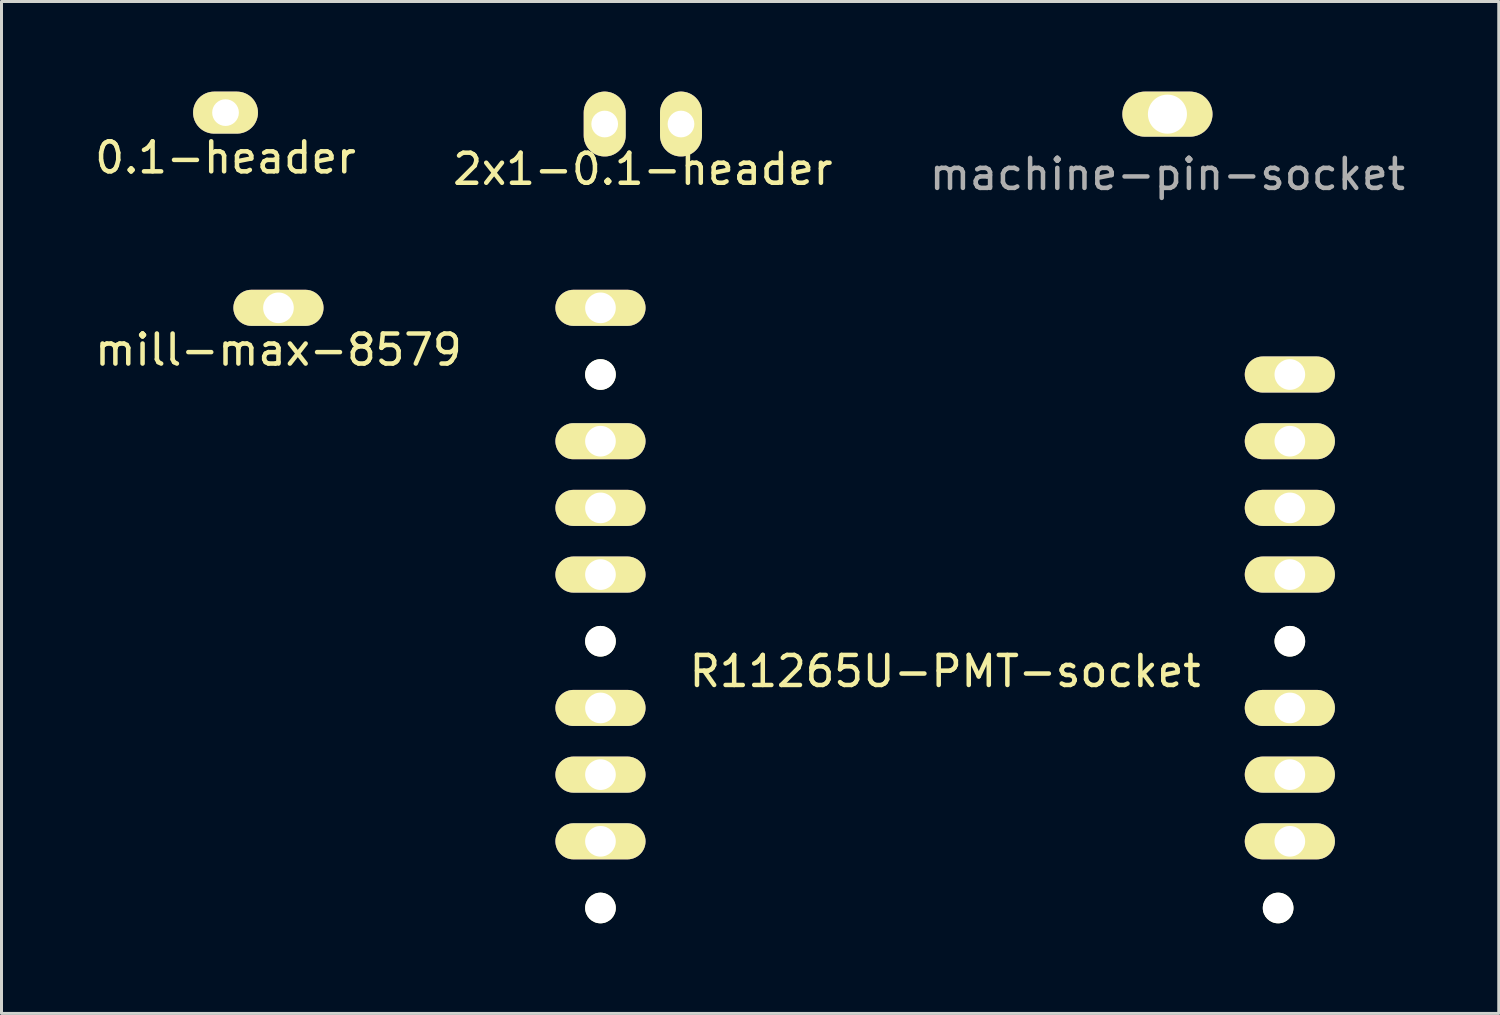
<source format=kicad_pcb>
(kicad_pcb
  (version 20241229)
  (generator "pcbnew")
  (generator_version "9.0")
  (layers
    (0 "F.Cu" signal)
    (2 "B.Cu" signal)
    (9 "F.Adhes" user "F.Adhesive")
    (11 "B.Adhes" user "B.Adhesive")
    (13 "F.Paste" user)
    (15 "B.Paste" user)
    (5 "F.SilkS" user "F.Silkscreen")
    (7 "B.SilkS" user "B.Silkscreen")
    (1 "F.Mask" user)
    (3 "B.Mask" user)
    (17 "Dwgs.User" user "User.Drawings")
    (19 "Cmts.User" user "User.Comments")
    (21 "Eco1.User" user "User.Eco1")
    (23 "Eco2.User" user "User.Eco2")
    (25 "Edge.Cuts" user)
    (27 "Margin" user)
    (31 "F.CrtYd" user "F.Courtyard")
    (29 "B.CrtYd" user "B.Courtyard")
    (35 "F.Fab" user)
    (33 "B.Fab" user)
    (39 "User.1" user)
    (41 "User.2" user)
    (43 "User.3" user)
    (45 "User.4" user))
  (footprint "2x1-0.1-header"
    (layer "F.Cu")
    (at 18.351 1.079)
    (property "Reference" "2x1-0.1-header" (at 0 1.5 0) (layer "F.SilkS") (effects (font (size 1 1) (thickness 0.15))))
    (attr through_hole)
    (pad "1" thru_hole oval (at -1.27 0) (size 1.397 2.159) (drill 0.889) (layers "*.Cu" "*.Mask" "F.SilkS"))
    (pad "2" thru_hole oval (at 1.27 0) (size 1.397 2.159) (drill 0.889) (layers "*.Cu" "*.Mask" "F.SilkS")))
  (footprint "machine-pin-socket"
    (layer "F.Cu")
    (at 35.815 0.75)
    (property "Reference" "machine-pin-socket" (at 0 2 0) (layer "F.Fab") (effects (font (size 1 1) (thickness 0.15))))
    (attr through_hole)
    (pad "1" thru_hole oval (at 0 0) (size 3 1.5) (drill 1.3) (layers "*.Cu" "*.Mask" "F.SilkS")))
  (footprint "R11265U-PMT-socket"
    (layer "F.Cu")
    (at 28.415 18.298)
    (property "Reference" "R11265U-PMT-socket" (at 0 1 0) (layer "F.SilkS") (effects (font (size 1 1) (thickness 0.15))))
    (attr through_hole)
    (pad "" np_thru_hole oval (at -11.475 -8.88) (size 1.02 1.02) (drill 1.02) (layers "*.Cu" "*.Mask" "F.SilkS"))
    (pad "" np_thru_hole oval (at -11.475 0) (size 1.02 1.02) (drill 1.02) (layers "*.Cu" "*.Mask" "F.SilkS"))
    (pad "" np_thru_hole oval (at -11.475 8.88) (size 1.02 1.02) (drill 1.02) (layers "*.Cu" "*.Mask" "F.SilkS"))
    (pad "" np_thru_hole oval (at 11.085 8.88) (size 1.02 1.02) (drill 1.02) (layers "*.Cu" "*.Mask" "F.SilkS"))
    (pad "" np_thru_hole oval (at 11.475 0) (size 1.02 1.02) (drill 1.02) (layers "*.Cu" "*.Mask" "F.SilkS"))
    (pad "1" thru_hole oval (at -11.475 -11.1) (size 3 1.2) (drill 1.02) (layers "*.Cu" "*.Mask" "F.SilkS"))
    (pad "2" thru_hole oval (at -11.475 -6.66) (size 3 1.2) (drill 1.02) (layers "*.Cu" "*.Mask" "F.SilkS"))
    (pad "3" thru_hole oval (at -11.475 -4.44) (size 3 1.2) (drill 1.02) (layers "*.Cu" "*.Mask" "F.SilkS"))
    (pad "4" thru_hole oval (at -11.475 -2.22) (size 3 1.2) (drill 1.02) (layers "*.Cu" "*.Mask" "F.SilkS"))
    (pad "5" thru_hole oval (at -11.475 2.22) (size 3 1.2) (drill 1.02) (layers "*.Cu" "*.Mask" "F.SilkS"))
    (pad "6" thru_hole oval (at -11.475 4.44) (size 3 1.2) (drill 1.02) (layers "*.Cu" "*.Mask" "F.SilkS"))
    (pad "7" thru_hole oval (at -11.475 6.66) (size 3 1.2) (drill 1.02) (layers "*.Cu" "*.Mask" "F.SilkS"))
    (pad "8" thru_hole oval (at 11.475 6.66) (size 3 1.2) (drill 1.02) (layers "*.Cu" "*.Mask" "F.SilkS"))
    (pad "9" thru_hole oval (at 11.475 4.44) (size 3 1.2) (drill 1.02) (layers "*.Cu" "*.Mask" "F.SilkS"))
    (pad "10" thru_hole oval (at 11.475 2.22) (size 3 1.2) (drill 1.02) (layers "*.Cu" "*.Mask" "F.SilkS"))
    (pad "11" thru_hole oval (at 11.475 -2.22) (size 3 1.2) (drill 1.02) (layers "*.Cu" "*.Mask" "F.SilkS"))
    (pad "12" thru_hole oval (at 11.475 -4.44) (size 3 1.2) (drill 1.02) (layers "*.Cu" "*.Mask" "F.SilkS"))
    (pad "13" thru_hole oval (at 11.475 -6.66) (size 3 1.2) (drill 1.02) (layers "*.Cu" "*.Mask" "F.SilkS"))
    (pad "14" thru_hole oval (at 11.475 -8.88) (size 3 1.2) (drill 1.02) (layers "*.Cu" "*.Mask" "F.SilkS")))
  (footprint "mill-max-8579"
    (layer "F.Cu")
    (at 6.22 7.198)
    (property "Reference" "mill-max-8579" (at 0 1.4 0) (layer "F.SilkS") (effects (font (size 1 1) (thickness 0.15))))
    (attr through_hole)
    (pad "1" thru_hole oval (at 0 0) (size 3 1.2) (drill 1.02) (layers "*.Cu" "*.Mask" "F.SilkS")))
  (footprint "0.1-header"
    (layer "F.Cu")
    (at 4.458 0.699)
    (property "Reference" "0.1-header" (at 0 1.5 0) (layer "F.SilkS") (effects (font (size 1 1) (thickness 0.15))))
    (attr through_hole)
    (pad "1" thru_hole oval (at 0 0) (size 2.159 1.397) (drill 0.889) (layers "*.Cu" "*.Mask" "F.SilkS")))
  (gr_rect
    (start -3 -3)
    (end 46.845 30.688)
    (stroke (width 0.1) (type default))
    (fill no)
    (layer "Edge.Cuts")))
</source>
